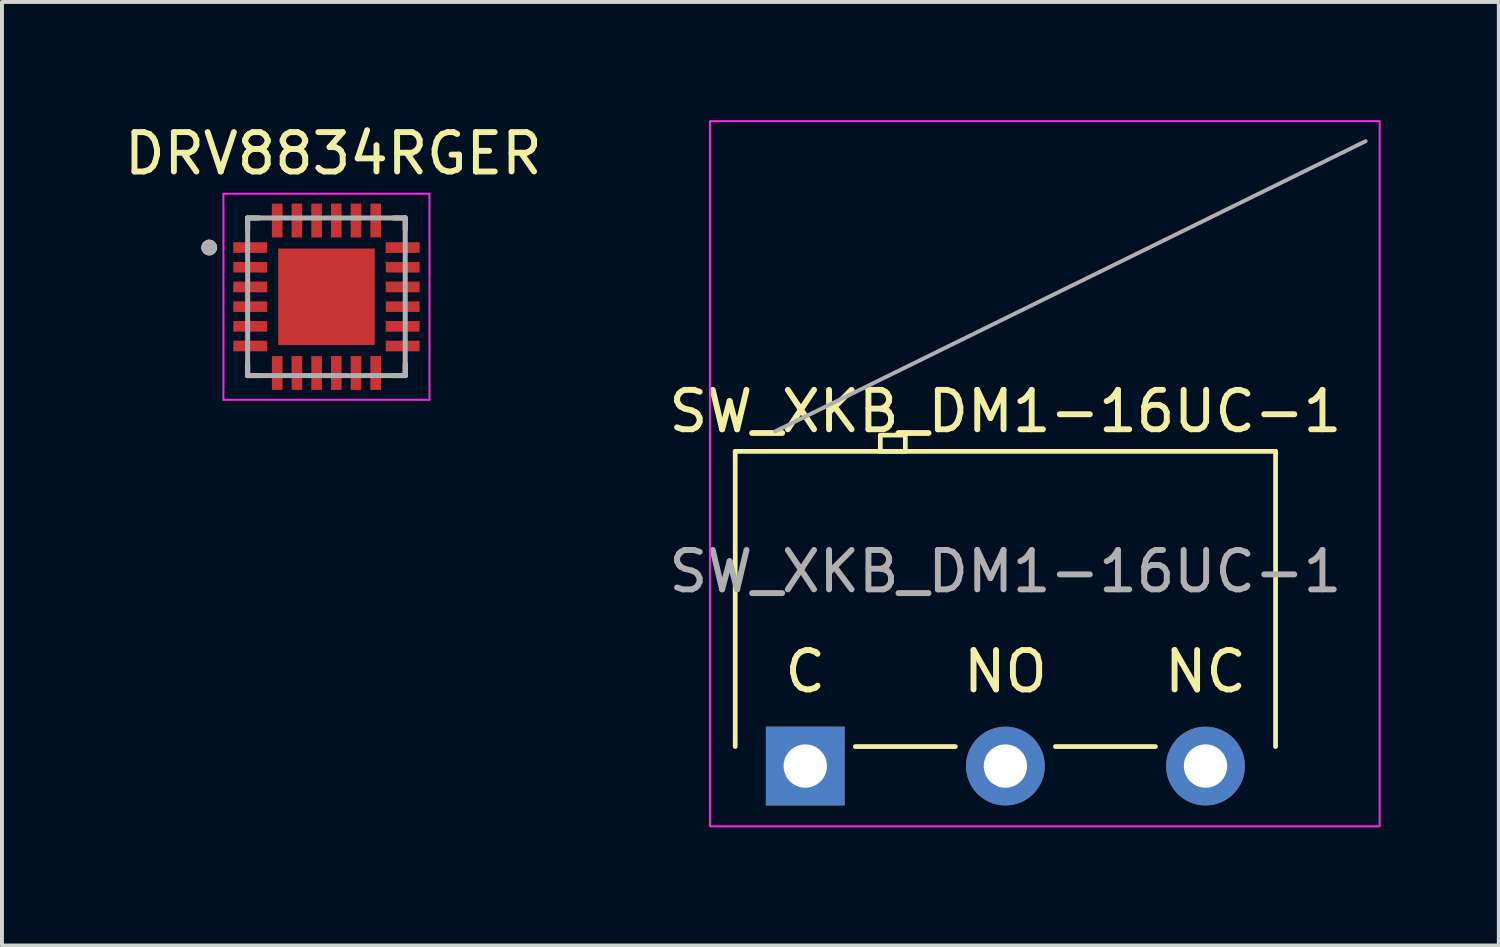
<source format=kicad_pcb>
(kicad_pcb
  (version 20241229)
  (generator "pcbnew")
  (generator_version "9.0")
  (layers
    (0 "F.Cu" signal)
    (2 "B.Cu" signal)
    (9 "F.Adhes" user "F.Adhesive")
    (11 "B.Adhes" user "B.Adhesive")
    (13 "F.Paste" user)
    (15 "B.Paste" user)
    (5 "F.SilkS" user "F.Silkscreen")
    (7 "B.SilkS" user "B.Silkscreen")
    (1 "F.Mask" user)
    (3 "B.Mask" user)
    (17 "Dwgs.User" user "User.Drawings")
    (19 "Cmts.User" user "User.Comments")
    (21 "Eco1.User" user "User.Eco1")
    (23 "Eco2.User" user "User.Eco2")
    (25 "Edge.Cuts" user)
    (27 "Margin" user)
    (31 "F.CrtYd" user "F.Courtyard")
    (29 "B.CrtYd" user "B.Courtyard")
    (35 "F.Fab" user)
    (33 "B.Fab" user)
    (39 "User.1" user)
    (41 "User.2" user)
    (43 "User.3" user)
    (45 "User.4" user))
  (footprint "DRV8834RGER"
    (layer "F.Cu")
    (at 5.236 4.483)
    (property "Reference" "DRV8834RGER" (at 0.175 -3.635 0) (layer "F.SilkS") (effects (font (size 1 1) (thickness 0.15))))
    (attr smd)
    (fp_line (start -2 -2) (end -2 -1.705) (stroke (width 0.127) (type solid)) (layer "F.SilkS"))
    (fp_line (start -2 -2) (end -1.705 -2) (stroke (width 0.127) (type solid)) (layer "F.SilkS"))
    (fp_line (start -2 2) (end -2 1.705) (stroke (width 0.127) (type solid)) (layer "F.SilkS"))
    (fp_line (start -2 2) (end -1.705 2) (stroke (width 0.127) (type solid)) (layer "F.SilkS"))
    (fp_line (start 2 -2) (end 1.705 -2) (stroke (width 0.127) (type solid)) (layer "F.SilkS"))
    (fp_line (start 2 -2) (end 2 -1.705) (stroke (width 0.127) (type solid)) (layer "F.SilkS"))
    (fp_line (start 2 2) (end 1.705 2) (stroke (width 0.127) (type solid)) (layer "F.SilkS"))
    (fp_line (start 2 2) (end 2 1.705) (stroke (width 0.127) (type solid)) (layer "F.SilkS"))
    (fp_circle (center -2.975 -1.25) (end -2.875 -1.25) (stroke (width 0.2) (type solid)) (fill no) (layer "F.SilkS"))
    (fp_poly (pts (xy -0.775 -0.775) (xy 0.775 -0.775) (xy 0.775 0.775) (xy -0.775 0.775)) (stroke (width 0.01) (type solid)) (fill yes) (layer "F.Paste"))
    (fp_line (start -2.615 -2.615) (end 2.615 -2.615) (stroke (width 0.05) (type solid)) (layer "F.CrtYd"))
    (fp_line (start -2.615 2.615) (end -2.615 -2.615) (stroke (width 0.05) (type solid)) (layer "F.CrtYd"))
    (fp_line (start -2.615 2.615) (end 2.615 2.615) (stroke (width 0.05) (type solid)) (layer "F.CrtYd"))
    (fp_line (start 2.615 2.615) (end 2.615 -2.615) (stroke (width 0.05) (type solid)) (layer "F.CrtYd"))
    (fp_line (start -2 2) (end -2 -2) (stroke (width 0.127) (type solid)) (layer "F.Fab"))
    (fp_line (start 2 -2) (end -2 -2) (stroke (width 0.127) (type solid)) (layer "F.Fab"))
    (fp_line (start 2 2) (end -2 2) (stroke (width 0.127) (type solid)) (layer "F.Fab"))
    (fp_line (start 2 2) (end 2 -2) (stroke (width 0.127) (type solid)) (layer "F.Fab"))
    (fp_circle (center -2.975 -1.25) (end -2.875 -1.25) (stroke (width 0.2) (type solid)) (fill no) (layer "F.Fab"))
    (pad "1" smd roundrect (at -1.935 -1.25) (size 0.86 0.27) (layers "F.Cu" "F.Mask" "F.Paste") (roundrect_rratio 0.03))
    (pad "2" smd roundrect (at -1.935 -0.75) (size 0.86 0.27) (layers "F.Cu" "F.Mask" "F.Paste") (roundrect_rratio 0.03))
    (pad "3" smd roundrect (at -1.935 -0.25) (size 0.86 0.27) (layers "F.Cu" "F.Mask" "F.Paste") (roundrect_rratio 0.03))
    (pad "4" smd roundrect (at -1.935 0.25) (size 0.86 0.27) (layers "F.Cu" "F.Mask" "F.Paste") (roundrect_rratio 0.03))
    (pad "5" smd roundrect (at -1.935 0.75) (size 0.86 0.27) (layers "F.Cu" "F.Mask" "F.Paste") (roundrect_rratio 0.03))
    (pad "6" smd roundrect (at -1.935 1.25) (size 0.86 0.27) (layers "F.Cu" "F.Mask" "F.Paste") (roundrect_rratio 0.03))
    (pad "7" smd roundrect (at -1.25 1.935 90) (size 0.86 0.27) (layers "F.Cu" "F.Mask" "F.Paste") (roundrect_rratio 0.03))
    (pad "8" smd roundrect (at -0.75 1.935 90) (size 0.86 0.27) (layers "F.Cu" "F.Mask" "F.Paste") (roundrect_rratio 0.03))
    (pad "9" smd roundrect (at -0.25 1.935 90) (size 0.86 0.27) (layers "F.Cu" "F.Mask" "F.Paste") (roundrect_rratio 0.03))
    (pad "10" smd roundrect (at 0.25 1.935 90) (size 0.86 0.27) (layers "F.Cu" "F.Mask" "F.Paste") (roundrect_rratio 0.03))
    (pad "11" smd roundrect (at 0.75 1.935 90) (size 0.86 0.27) (layers "F.Cu" "F.Mask" "F.Paste") (roundrect_rratio 0.03))
    (pad "12" smd roundrect (at 1.25 1.935 90) (size 0.86 0.27) (layers "F.Cu" "F.Mask" "F.Paste") (roundrect_rratio 0.03))
    (pad "13" smd roundrect (at 1.935 1.25) (size 0.86 0.27) (layers "F.Cu" "F.Mask" "F.Paste") (roundrect_rratio 0.03))
    (pad "14" smd roundrect (at 1.935 0.75) (size 0.86 0.27) (layers "F.Cu" "F.Mask" "F.Paste") (roundrect_rratio 0.03))
    (pad "15" smd roundrect (at 1.935 0.25) (size 0.86 0.27) (layers "F.Cu" "F.Mask" "F.Paste") (roundrect_rratio 0.03))
    (pad "16" smd roundrect (at 1.935 -0.25) (size 0.86 0.27) (layers "F.Cu" "F.Mask" "F.Paste") (roundrect_rratio 0.03))
    (pad "17" smd roundrect (at 1.935 -0.75) (size 0.86 0.27) (layers "F.Cu" "F.Mask" "F.Paste") (roundrect_rratio 0.03))
    (pad "18" smd roundrect (at 1.935 -1.25) (size 0.86 0.27) (layers "F.Cu" "F.Mask" "F.Paste") (roundrect_rratio 0.03))
    (pad "19" smd roundrect (at 1.25 -1.935 90) (size 0.86 0.27) (layers "F.Cu" "F.Mask" "F.Paste") (roundrect_rratio 0.03))
    (pad "20" smd roundrect (at 0.75 -1.935 90) (size 0.86 0.27) (layers "F.Cu" "F.Mask" "F.Paste") (roundrect_rratio 0.03))
    (pad "21" smd roundrect (at 0.25 -1.935 90) (size 0.86 0.27) (layers "F.Cu" "F.Mask" "F.Paste") (roundrect_rratio 0.03))
    (pad "22" smd roundrect (at -0.25 -1.935 90) (size 0.86 0.27) (layers "F.Cu" "F.Mask" "F.Paste") (roundrect_rratio 0.03))
    (pad "23" smd roundrect (at -0.75 -1.935 90) (size 0.86 0.27) (layers "F.Cu" "F.Mask" "F.Paste") (roundrect_rratio 0.03))
    (pad "24" smd roundrect (at -1.25 -1.935 90) (size 0.86 0.27) (layers "F.Cu" "F.Mask" "F.Paste") (roundrect_rratio 0.03))
    (pad "25" smd rect (at 0 0) (size 2.45 2.45) (layers "F.Cu" "F.Mask")))
  (footprint "SW_XKB_DM1-16UC-1"
    (layer "F.Cu")
    (at 17.39 16.395)
    (property "Reference" "SW_XKB_DM1-16UC-1" (at 5.08 -9.004 0) (unlocked yes) (layer "F.SilkS") (effects (font (size 1 1) (thickness 0.15))))
    (attr through_hole)
    (fp_line (start -1.778 -7.988) (end -1.778 -0.495) (stroke (width 0.12) (type solid)) (layer "F.SilkS"))
    (fp_line (start 1.27 -0.495) (end 3.81 -0.495) (stroke (width 0.12) (type solid)) (layer "F.SilkS"))
    (fp_line (start 8.89 -0.495) (end 6.35 -0.495) (stroke (width 0.12) (type solid)) (layer "F.SilkS"))
    (fp_line (start 11.938 -7.988) (end -1.778 -7.988) (stroke (width 0.12) (type solid)) (layer "F.SilkS"))
    (fp_line (start 11.938 -0.495) (end 11.938 -7.988) (stroke (width 0.12) (type solid)) (layer "F.SilkS"))
    (fp_rect (start 1.905 -8.4) (end 2.54 -7.988) (stroke (width 0.12) (type solid)) (fill no) (layer "F.SilkS"))
    (fp_rect (start -2.42 -16.37) (end 14.58 1.53) (stroke (width 0.05) (type solid)) (fill no) (layer "F.CrtYd"))
    (fp_line (start -0.762 -8.496) (end 14.224 -15.862) (stroke (width 0.1) (type solid)) (layer "F.Fab"))
    (fp_text user "NC" (at 10.16 -2.4 0) (unlocked yes) (layer "F.SilkS") (effects (font (size 1 1) (thickness 0.15))))
    (fp_text user "NO" (at 5.08 -2.4 0) (unlocked yes) (layer "F.SilkS") (effects (font (size 1 1) (thickness 0.15))))
    (fp_text user "C" (at 0 -2.4 0) (unlocked yes) (layer "F.SilkS") (effects (font (size 1 1) (thickness 0.15))))
    (fp_text user "${REFERENCE}" (at 5.08 -4.94 0) (unlocked yes) (layer "F.Fab") (effects (font (size 1 1) (thickness 0.15))))
    (pad "1" thru_hole rect (at 0 0) (size 2 2) (drill 1.1) (layers "*.Cu" "*.Mask"))
    (pad "2" thru_hole circle (at 5.08 0) (size 2 2) (drill 1.1) (layers "*.Cu" "*.Mask"))
    (pad "3" thru_hole circle (at 10.16 0) (size 2 2) (drill 1.1) (layers "*.Cu" "*.Mask")))
  (gr_rect
    (start -3 -3)
    (end 34.995 20.95)
    (stroke (width 0.1) (type default))
    (fill no)
    (layer "Edge.Cuts")))
</source>
